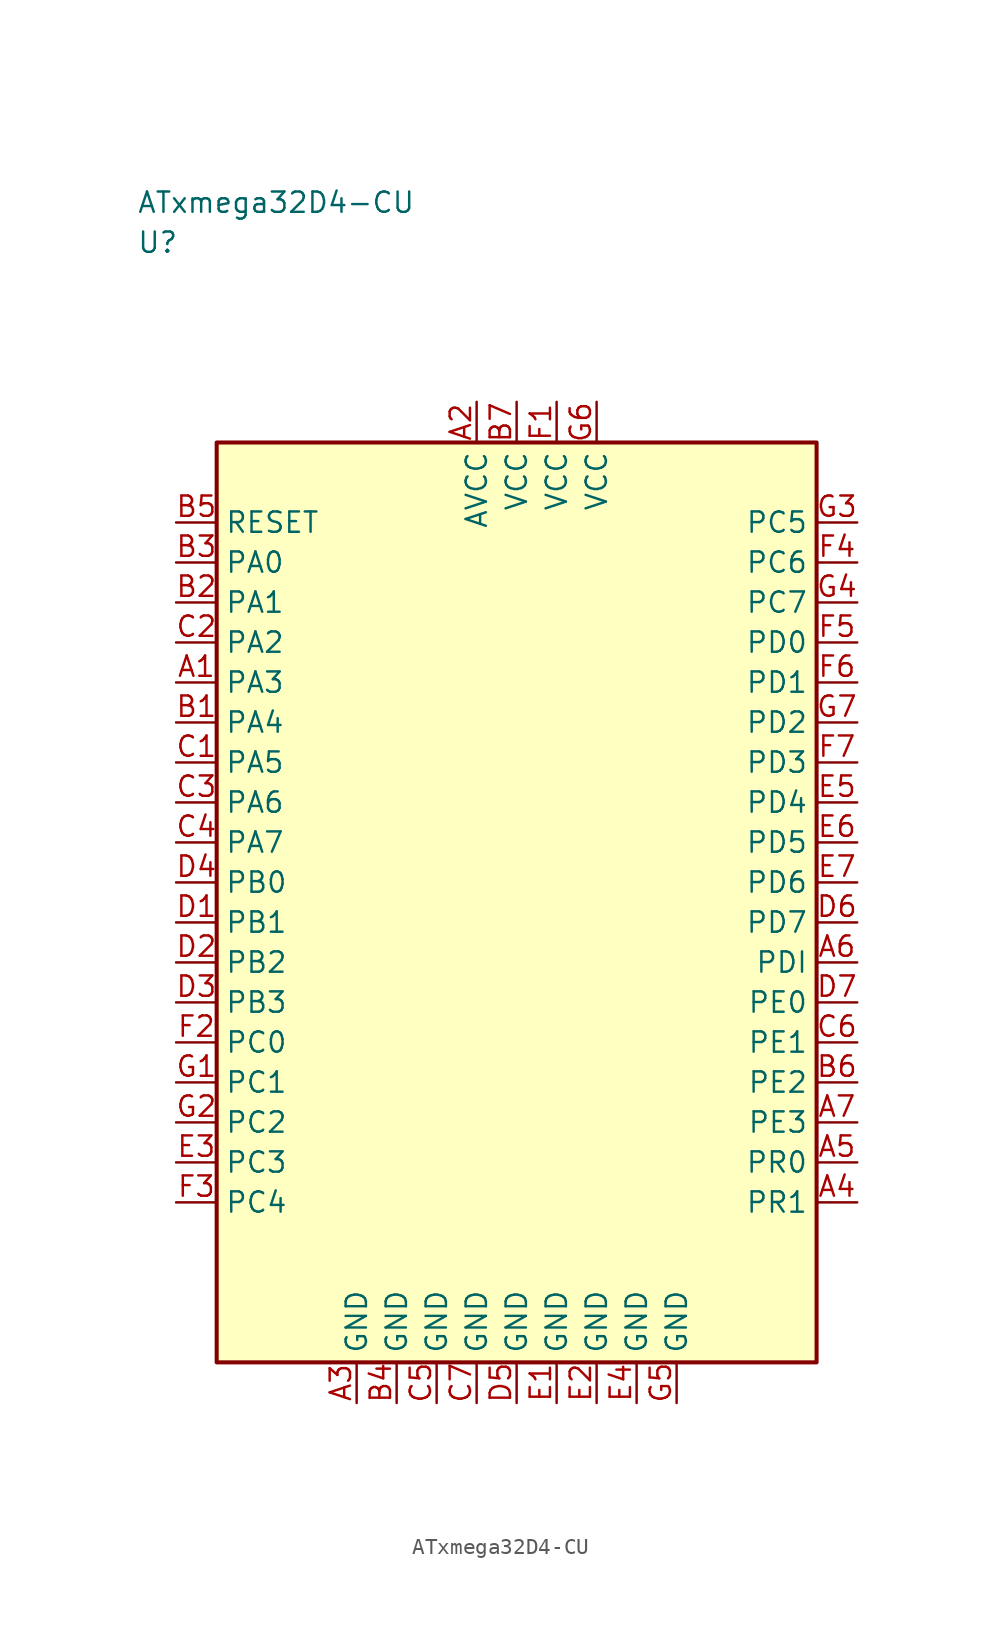
<source format=kicad_sym>
(kicad_symbol_lib
  (version 20241025)
  (generator "kicad_symbol_editor")
  (generator_version "8.0")
  (symbol "ATxmega32D4-CU"
    (property "Reference" "U"
      (at -23.75 41.25 0)
      (effects (font (size 1.27 1.27)) (justify left)))
    (property "Value" "ATxmega32D4-CU"
      (at -23.75 43.75 0)
      (effects (font (size 1.27 1.27)) (justify left)))
    (symbol "ATxmega32D4-CU_0_1"
      (rectangle (start -18.75 28.75) (end 18.75 -28.75) (stroke (width 0.254) (type default)) (fill (type background))))
    (symbol "ATxmega32D4-CU_1_1"
      (pin bidirectional line (at -21.29 13.75 0.0) (length 2.54) (name "PA3" (effects (font (size 1.27 1.27)))) (number "A1" (effects (font (size 1.27 1.27)))))
      (pin power_in line (at -2.5 31.29 270.0) (length 2.54) (name "AVCC" (effects (font (size 1.27 1.27)))) (number "A2" (effects (font (size 1.27 1.27)))))
      (pin passive line (at -10.0 -31.29 90.0) (length 2.54) (name "GND" (effects (font (size 1.27 1.27)))) (number "A3" (effects (font (size 1.27 1.27)))))
      (pin bidirectional line (at 21.29 -18.75 180.0) (length 2.54) (name "PR1" (effects (font (size 1.27 1.27)))) (number "A4" (effects (font (size 1.27 1.27)))))
      (pin bidirectional line (at 21.29 -16.25 180.0) (length 2.54) (name "PR0" (effects (font (size 1.27 1.27)))) (number "A5" (effects (font (size 1.27 1.27)))))
      (pin bidirectional line (at 21.29 -3.75 180.0) (length 2.54) (name "PDI" (effects (font (size 1.27 1.27)))) (number "A6" (effects (font (size 1.27 1.27)))))
      (pin bidirectional line (at 21.29 -13.75 180.0) (length 2.54) (name "PE3" (effects (font (size 1.27 1.27)))) (number "A7" (effects (font (size 1.27 1.27)))))
      (pin bidirectional line (at -21.29 11.25 0.0) (length 2.54) (name "PA4" (effects (font (size 1.27 1.27)))) (number "B1" (effects (font (size 1.27 1.27)))))
      (pin bidirectional line (at -21.29 18.75 0.0) (length 2.54) (name "PA1" (effects (font (size 1.27 1.27)))) (number "B2" (effects (font (size 1.27 1.27)))))
      (pin bidirectional line (at -21.29 21.25 0.0) (length 2.54) (name "PA0" (effects (font (size 1.27 1.27)))) (number "B3" (effects (font (size 1.27 1.27)))))
      (pin passive line (at -7.5 -31.29 90.0) (length 2.54) (name "GND" (effects (font (size 1.27 1.27)))) (number "B4" (effects (font (size 1.27 1.27)))))
      (pin input line (at -21.29 23.75 0.0) (length 2.54) (name "RESET" (effects (font (size 1.27 1.27)))) (number "B5" (effects (font (size 1.27 1.27)))))
      (pin bidirectional line (at 21.29 -11.25 180.0) (length 2.54) (name "PE2" (effects (font (size 1.27 1.27)))) (number "B6" (effects (font (size 1.27 1.27)))))
      (pin power_in line (at 0.0 31.29 270.0) (length 2.54) (name "VCC" (effects (font (size 1.27 1.27)))) (number "B7" (effects (font (size 1.27 1.27)))))
      (pin bidirectional line (at -21.29 8.75 0.0) (length 2.54) (name "PA5" (effects (font (size 1.27 1.27)))) (number "C1" (effects (font (size 1.27 1.27)))))
      (pin bidirectional line (at -21.29 16.25 0.0) (length 2.54) (name "PA2" (effects (font (size 1.27 1.27)))) (number "C2" (effects (font (size 1.27 1.27)))))
      (pin bidirectional line (at -21.29 6.25 0.0) (length 2.54) (name "PA6" (effects (font (size 1.27 1.27)))) (number "C3" (effects (font (size 1.27 1.27)))))
      (pin bidirectional line (at -21.29 3.75 0.0) (length 2.54) (name "PA7" (effects (font (size 1.27 1.27)))) (number "C4" (effects (font (size 1.27 1.27)))))
      (pin passive line (at -5.0 -31.29 90.0) (length 2.54) (name "GND" (effects (font (size 1.27 1.27)))) (number "C5" (effects (font (size 1.27 1.27)))))
      (pin bidirectional line (at 21.29 -8.75 180.0) (length 2.54) (name "PE1" (effects (font (size 1.27 1.27)))) (number "C6" (effects (font (size 1.27 1.27)))))
      (pin passive line (at -2.5 -31.29 90.0) (length 2.54) (name "GND" (effects (font (size 1.27 1.27)))) (number "C7" (effects (font (size 1.27 1.27)))))
      (pin bidirectional line (at -21.29 -1.25 0.0) (length 2.54) (name "PB1" (effects (font (size 1.27 1.27)))) (number "D1" (effects (font (size 1.27 1.27)))))
      (pin bidirectional line (at -21.29 -3.75 0.0) (length 2.54) (name "PB2" (effects (font (size 1.27 1.27)))) (number "D2" (effects (font (size 1.27 1.27)))))
      (pin bidirectional line (at -21.29 -6.25 0.0) (length 2.54) (name "PB3" (effects (font (size 1.27 1.27)))) (number "D3" (effects (font (size 1.27 1.27)))))
      (pin bidirectional line (at -21.29 1.25 0.0) (length 2.54) (name "PB0" (effects (font (size 1.27 1.27)))) (number "D4" (effects (font (size 1.27 1.27)))))
      (pin passive line (at 0.0 -31.29 90.0) (length 2.54) (name "GND" (effects (font (size 1.27 1.27)))) (number "D5" (effects (font (size 1.27 1.27)))))
      (pin bidirectional line (at 21.29 -1.25 180.0) (length 2.54) (name "PD7" (effects (font (size 1.27 1.27)))) (number "D6" (effects (font (size 1.27 1.27)))))
      (pin bidirectional line (at 21.29 -6.25 180.0) (length 2.54) (name "PE0" (effects (font (size 1.27 1.27)))) (number "D7" (effects (font (size 1.27 1.27)))))
      (pin passive line (at 2.5 -31.29 90.0) (length 2.54) (name "GND" (effects (font (size 1.27 1.27)))) (number "E1" (effects (font (size 1.27 1.27)))))
      (pin passive line (at 5.0 -31.29 90.0) (length 2.54) (name "GND" (effects (font (size 1.27 1.27)))) (number "E2" (effects (font (size 1.27 1.27)))))
      (pin bidirectional line (at -21.29 -16.25 0.0) (length 2.54) (name "PC3" (effects (font (size 1.27 1.27)))) (number "E3" (effects (font (size 1.27 1.27)))))
      (pin passive line (at 7.5 -31.29 90.0) (length 2.54) (name "GND" (effects (font (size 1.27 1.27)))) (number "E4" (effects (font (size 1.27 1.27)))))
      (pin bidirectional line (at 21.29 6.25 180.0) (length 2.54) (name "PD4" (effects (font (size 1.27 1.27)))) (number "E5" (effects (font (size 1.27 1.27)))))
      (pin bidirectional line (at 21.29 3.75 180.0) (length 2.54) (name "PD5" (effects (font (size 1.27 1.27)))) (number "E6" (effects (font (size 1.27 1.27)))))
      (pin bidirectional line (at 21.29 1.25 180.0) (length 2.54) (name "PD6" (effects (font (size 1.27 1.27)))) (number "E7" (effects (font (size 1.27 1.27)))))
      (pin power_in line (at 2.5 31.29 270.0) (length 2.54) (name "VCC" (effects (font (size 1.27 1.27)))) (number "F1" (effects (font (size 1.27 1.27)))))
      (pin bidirectional line (at -21.29 -8.75 0.0) (length 2.54) (name "PC0" (effects (font (size 1.27 1.27)))) (number "F2" (effects (font (size 1.27 1.27)))))
      (pin bidirectional line (at -21.29 -18.75 0.0) (length 2.54) (name "PC4" (effects (font (size 1.27 1.27)))) (number "F3" (effects (font (size 1.27 1.27)))))
      (pin bidirectional line (at 21.29 21.25 180.0) (length 2.54) (name "PC6" (effects (font (size 1.27 1.27)))) (number "F4" (effects (font (size 1.27 1.27)))))
      (pin bidirectional line (at 21.29 16.25 180.0) (length 2.54) (name "PD0" (effects (font (size 1.27 1.27)))) (number "F5" (effects (font (size 1.27 1.27)))))
      (pin bidirectional line (at 21.29 13.75 180.0) (length 2.54) (name "PD1" (effects (font (size 1.27 1.27)))) (number "F6" (effects (font (size 1.27 1.27)))))
      (pin bidirectional line (at 21.29 8.75 180.0) (length 2.54) (name "PD3" (effects (font (size 1.27 1.27)))) (number "F7" (effects (font (size 1.27 1.27)))))
      (pin bidirectional line (at -21.29 -11.25 0.0) (length 2.54) (name "PC1" (effects (font (size 1.27 1.27)))) (number "G1" (effects (font (size 1.27 1.27)))))
      (pin bidirectional line (at -21.29 -13.75 0.0) (length 2.54) (name "PC2" (effects (font (size 1.27 1.27)))) (number "G2" (effects (font (size 1.27 1.27)))))
      (pin bidirectional line (at 21.29 23.75 180.0) (length 2.54) (name "PC5" (effects (font (size 1.27 1.27)))) (number "G3" (effects (font (size 1.27 1.27)))))
      (pin bidirectional line (at 21.29 18.75 180.0) (length 2.54) (name "PC7" (effects (font (size 1.27 1.27)))) (number "G4" (effects (font (size 1.27 1.27)))))
      (pin passive line (at 10.0 -31.29 90.0) (length 2.54) (name "GND" (effects (font (size 1.27 1.27)))) (number "G5" (effects (font (size 1.27 1.27)))))
      (pin power_in line (at 5.0 31.29 270.0) (length 2.54) (name "VCC" (effects (font (size 1.27 1.27)))) (number "G6" (effects (font (size 1.27 1.27)))))
      (pin bidirectional line (at 21.29 11.25 180.0) (length 2.54) (name "PD2" (effects (font (size 1.27 1.27)))) (number "G7" (effects (font (size 1.27 1.27))))))))
</source>
